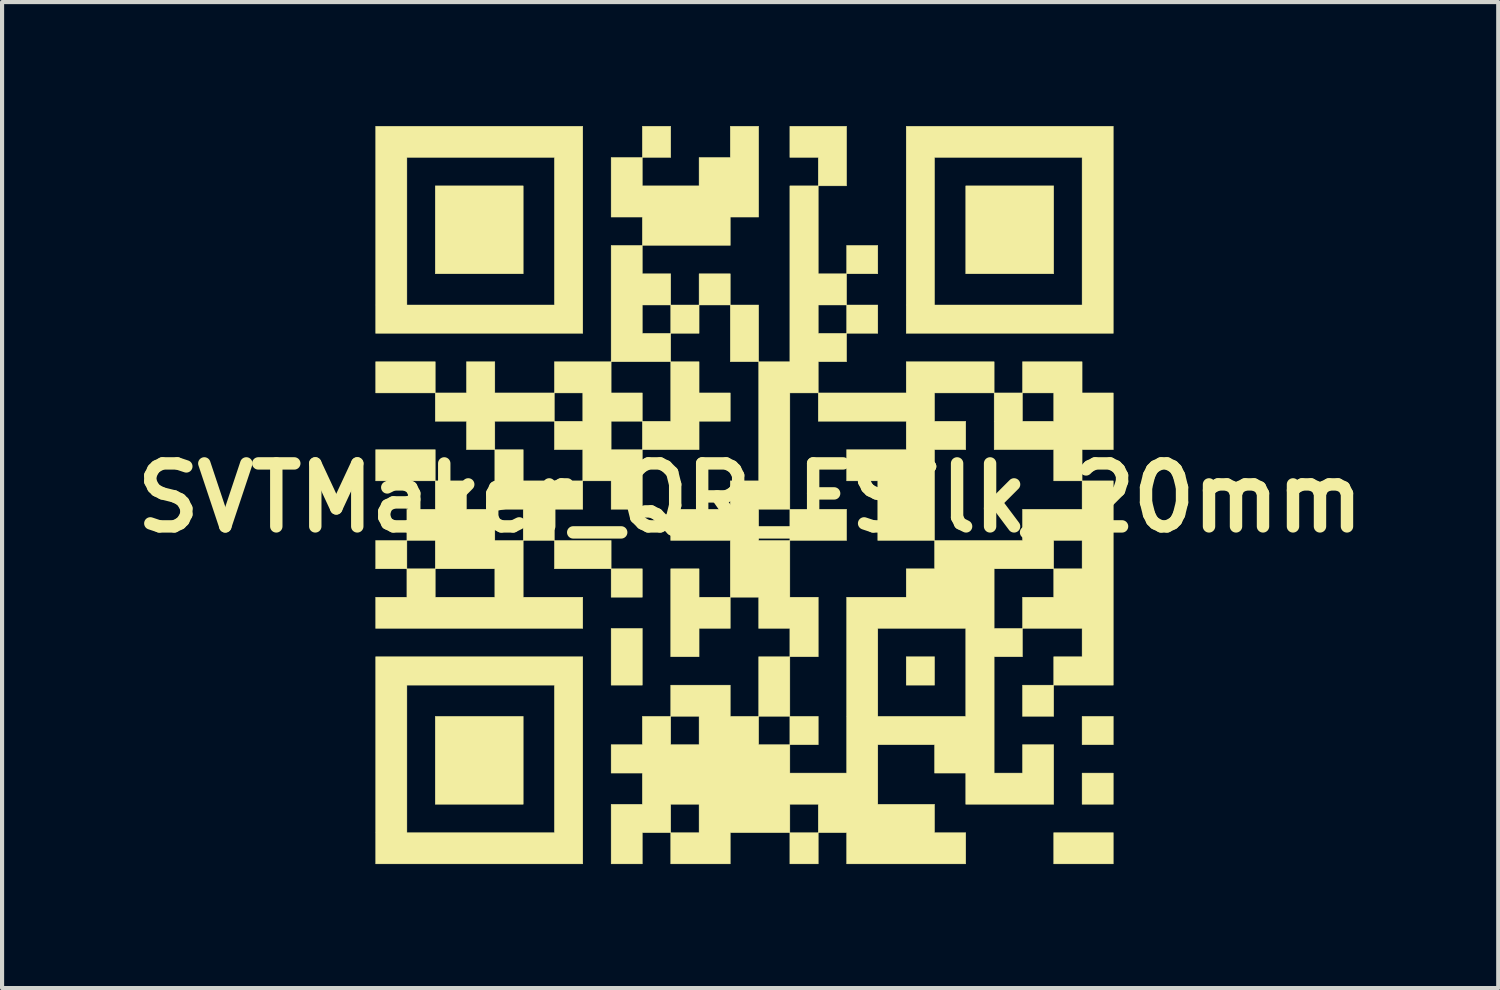
<source format=kicad_pcb>
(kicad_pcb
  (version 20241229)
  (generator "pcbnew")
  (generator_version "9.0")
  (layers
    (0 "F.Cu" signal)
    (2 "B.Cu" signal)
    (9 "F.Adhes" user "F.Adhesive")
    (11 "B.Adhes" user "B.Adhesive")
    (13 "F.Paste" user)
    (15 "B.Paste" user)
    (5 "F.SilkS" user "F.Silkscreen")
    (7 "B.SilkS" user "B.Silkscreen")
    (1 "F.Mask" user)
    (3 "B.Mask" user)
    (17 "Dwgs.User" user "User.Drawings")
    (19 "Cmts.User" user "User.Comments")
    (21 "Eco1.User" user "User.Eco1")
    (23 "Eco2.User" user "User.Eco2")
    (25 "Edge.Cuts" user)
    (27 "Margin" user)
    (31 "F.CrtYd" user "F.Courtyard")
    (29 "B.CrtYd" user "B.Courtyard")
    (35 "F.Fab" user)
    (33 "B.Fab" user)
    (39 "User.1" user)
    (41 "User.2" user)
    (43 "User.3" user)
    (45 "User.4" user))
  (footprint "SVTMaker_QR_FSilk_20mm"
    (layer "F.Cu")
    (at 15.102 8.998)
    (property "Reference" "SVTMaker_QR_FSilk_20mm" (at 0 0 0) (layer "F.SilkS") (effects (font (size 1.524 1.524) (thickness 0.3))))
    (attr through_hole)
    (fp_poly (pts (xy -7.62 -2.54) (xy -9.062 -2.54) (xy -9.062 -3.295) (xy -7.62 -3.295) (xy -7.62 -2.54)) (stroke (width 0.01) (type solid)) (fill yes) (layer "F.SilkS"))
    (fp_poly (pts (xy -7.62 -0.412) (xy -9.062 -0.412) (xy -9.062 -1.167) (xy -7.62 -1.167) (xy -7.62 -0.412)) (stroke (width 0.01) (type solid)) (fill yes) (layer "F.SilkS"))
    (fp_poly (pts (xy -5.492 -5.423) (xy -7.62 -5.423) (xy -7.62 -7.551) (xy -5.492 -7.551) (xy -5.492 -5.423)) (stroke (width 0.01) (type solid)) (fill yes) (layer "F.SilkS"))
    (fp_poly (pts (xy -5.492 7.414) (xy -7.62 7.414) (xy -7.62 5.286) (xy -5.492 5.286) (xy -5.492 7.414)) (stroke (width 0.01) (type solid)) (fill yes) (layer "F.SilkS"))
    (fp_poly (pts (xy -3.364 1.716) (xy -4.737 1.716) (xy -4.737 1.03) (xy -3.364 1.03) (xy -3.364 1.716)) (stroke (width 0.01) (type solid)) (fill yes) (layer "F.SilkS"))
    (fp_poly (pts (xy -2.609 2.403) (xy -3.364 2.403) (xy -3.364 1.716) (xy -2.609 1.716) (xy -2.609 2.403)) (stroke (width 0.01) (type solid)) (fill yes) (layer "F.SilkS"))
    (fp_poly (pts (xy -2.609 4.531) (xy -3.364 4.531) (xy -3.364 3.158) (xy -2.609 3.158) (xy -2.609 4.531)) (stroke (width 0.01) (type solid)) (fill yes) (layer "F.SilkS"))
    (fp_poly (pts (xy -1.922 -8.238) (xy -2.609 -8.238) (xy -2.609 -8.993) (xy -1.922 -8.993) (xy -1.922 -8.238)) (stroke (width 0.01) (type solid)) (fill yes) (layer "F.SilkS"))
    (fp_poly (pts (xy -0.481 -4.668) (xy -1.236 -4.668) (xy -1.236 -5.423) (xy -0.481 -5.423) (xy -0.481 -4.668)) (stroke (width 0.01) (type solid)) (fill yes) (layer "F.SilkS"))
    (fp_poly (pts (xy 0.206 -3.295) (xy -0.481 -3.295) (xy -0.481 -4.668) (xy 0.206 -4.668) (xy 0.206 -3.295)) (stroke (width 0.01) (type solid)) (fill yes) (layer "F.SilkS"))
    (fp_poly (pts (xy 1.648 5.972) (xy 0.961 5.972) (xy 0.961 5.286) (xy 1.648 5.286) (xy 1.648 5.972)) (stroke (width 0.01) (type solid)) (fill yes) (layer "F.SilkS"))
    (fp_poly (pts (xy 2.334 1.03) (xy 0.961 1.03) (xy 0.961 0.275) (xy 2.334 0.275) (xy 2.334 1.03)) (stroke (width 0.01) (type solid)) (fill yes) (layer "F.SilkS"))
    (fp_poly (pts (xy 3.089 -5.423) (xy 2.334 -5.423) (xy 2.334 -6.11) (xy 3.089 -6.11) (xy 3.089 -5.423)) (stroke (width 0.01) (type solid)) (fill yes) (layer "F.SilkS"))
    (fp_poly (pts (xy 4.462 4.531) (xy 3.776 4.531) (xy 3.776 3.844) (xy 4.462 3.844) (xy 4.462 4.531)) (stroke (width 0.01) (type solid)) (fill yes) (layer "F.SilkS"))
    (fp_poly (pts (xy 7.345 -5.423) (xy 5.217 -5.423) (xy 5.217 -7.551) (xy 7.345 -7.551) (xy 7.345 -5.423)) (stroke (width 0.01) (type solid)) (fill yes) (layer "F.SilkS"))
    (fp_poly (pts (xy 7.345 5.286) (xy 6.59 5.286) (xy 6.59 4.531) (xy 7.345 4.531) (xy 7.345 5.286)) (stroke (width 0.01) (type solid)) (fill yes) (layer "F.SilkS"))
    (fp_poly (pts (xy 8.787 5.972) (xy 8.032 5.972) (xy 8.032 5.286) (xy 8.787 5.286) (xy 8.787 5.972)) (stroke (width 0.01) (type solid)) (fill yes) (layer "F.SilkS"))
    (fp_poly (pts (xy 8.787 7.414) (xy 8.032 7.414) (xy 8.032 6.659) (xy 8.787 6.659) (xy 8.787 7.414)) (stroke (width 0.01) (type solid)) (fill yes) (layer "F.SilkS"))
    (fp_poly (pts (xy 8.787 8.856) (xy 7.345 8.856) (xy 7.345 8.101) (xy 8.787 8.101) (xy 8.787 8.856)) (stroke (width 0.01) (type solid)) (fill yes) (layer "F.SilkS"))
    (fp_poly (pts (xy 2.334 -7.551) (xy 1.648 -7.551) (xy 1.648 -8.238) (xy 0.961 -8.238) (xy 0.961 -8.993) (xy 2.334 -8.993) (xy 2.334 -7.551)) (stroke (width 0.01) (type solid)) (fill yes) (layer "F.SilkS"))
    (fp_poly (pts (xy -1.236 2.403) (xy -0.481 2.403) (xy -0.481 3.158) (xy -1.236 3.158) (xy -1.236 3.844) (xy -1.922 3.844) (xy -1.922 1.716) (xy -1.236 1.716) (xy -1.236 2.403)) (stroke (width 0.01) (type solid)) (fill yes) (layer "F.SilkS"))
    (fp_poly (pts (xy -4.05 -3.982) (xy -9.062 -3.982) (xy -9.062 -8.238) (xy -8.306 -8.238) (xy -8.306 -4.668) (xy -4.737 -4.668) (xy -4.737 -8.238) (xy -8.306 -8.238) (xy -9.062 -8.238) (xy -9.062 -8.993) (xy -4.05 -8.993) (xy -4.05 -3.982)) (stroke (width 0.01) (type solid)) (fill yes) (layer "F.SilkS"))
    (fp_poly (pts (xy -4.05 8.856) (xy -9.062 8.856) (xy -9.062 4.531) (xy -8.306 4.531) (xy -8.306 8.101) (xy -4.737 8.101) (xy -4.737 4.531) (xy -8.306 4.531) (xy -9.062 4.531) (xy -9.062 3.844) (xy -4.05 3.844) (xy -4.05 8.856)) (stroke (width 0.01) (type solid)) (fill yes) (layer "F.SilkS"))
    (fp_poly (pts (xy 8.787 -3.982) (xy 3.776 -3.982) (xy 3.776 -8.238) (xy 4.462 -8.238) (xy 4.462 -4.668) (xy 8.032 -4.668) (xy 8.032 -8.238) (xy 4.462 -8.238) (xy 3.776 -8.238) (xy 3.776 -8.993) (xy 8.787 -8.993) (xy 8.787 -3.982)) (stroke (width 0.01) (type solid)) (fill yes) (layer "F.SilkS"))
    (fp_poly (pts (xy 0.206 -6.796) (xy -0.481 -6.796) (xy -0.481 -6.11) (xy -2.609 -6.11) (xy -2.609 -6.796) (xy -3.364 -6.796) (xy -3.364 -8.238) (xy -2.609 -8.238) (xy -2.609 -7.551) (xy -1.236 -7.551) (xy -1.236 -8.238) (xy -0.481 -8.238) (xy -0.481 -8.993) (xy 0.206 -8.993) (xy 0.206 -6.796)) (stroke (width 0.01) (type solid)) (fill yes) (layer "F.SilkS"))
    (fp_poly (pts (xy -1.236 -4.668) (xy -1.236 -3.982) (xy -1.922 -3.982) (xy -1.922 -3.295) (xy -3.364 -3.295) (xy -3.364 -4.668) (xy -2.609 -4.668) (xy -2.609 -3.982) (xy -1.922 -3.982) (xy -1.922 -4.668) (xy -2.609 -4.668) (xy -3.364 -4.668) (xy -3.364 -6.11) (xy -2.609 -6.11) (xy -2.609 -5.423) (xy -1.922 -5.423) (xy -1.922 -4.668) (xy -1.236 -4.668)) (stroke (width 0.01) (type solid)) (fill yes) (layer "F.SilkS"))
    (fp_poly (pts (xy -6.178 -2.54) (xy -4.737 -2.54) (xy -4.737 -1.854) (xy -4.05 -1.854) (xy -3.364 -1.854) (xy -3.364 -1.167) (xy -2.609 -1.167) (xy -2.609 -1.854) (xy -3.364 -1.854) (xy -4.05 -1.854) (xy -4.05 -2.54) (xy -4.737 -2.54) (xy -4.737 -3.295) (xy -3.364 -3.295) (xy -3.364 -2.54) (xy -2.609 -2.54) (xy -2.609 -1.854) (xy -1.922 -1.854) (xy -1.922 -3.295) (xy -1.236 -3.295) (xy -1.236 -2.54) (xy -0.481 -2.54) (xy -0.481 -1.854) (xy -1.236 -1.854) (xy -1.236 -1.167) (xy -2.609 -1.167) (xy -2.609 0.275) (xy -3.364 0.275) (xy -3.364 -0.412) (xy -4.05 -0.412) (xy -4.05 0.275) (xy -4.737 0.275) (xy -4.737 1.03) (xy -5.492 1.03) (xy -5.492 2.403) (xy -4.05 2.403) (xy -4.05 3.158) (xy -9.062 3.158) (xy -9.062 2.403) (xy -8.306 2.403) (xy -8.306 1.716) (xy -9.062 1.716) (xy -9.062 1.03) (xy -8.306 1.03) (xy -8.306 1.716) (xy -7.62 1.716) (xy -7.62 2.403) (xy -6.178 2.403) (xy -6.178 1.716) (xy -7.62 1.716) (xy -7.62 1.03) (xy -8.306 1.03) (xy -8.306 0.275) (xy -7.62 0.275) (xy -7.62 -0.412) (xy -6.865 -0.412) (xy -6.865 0.275) (xy -6.178 0.275) (xy -6.178 1.03) (xy -5.492 1.03) (xy -5.492 0.275) (xy -6.178 0.275) (xy -6.178 -1.167) (xy -6.865 -1.167) (xy -6.865 -1.854) (xy -6.178 -1.854) (xy -6.178 -1.167) (xy -5.492 -1.167) (xy -5.492 -0.412) (xy -4.05 -0.412) (xy -4.05 -1.167) (xy -4.737 -1.167) (xy -4.737 -1.854) (xy -6.178 -1.854) (xy -6.865 -1.854) (xy -7.62 -1.854) (xy -7.62 -2.54) (xy -6.865 -2.54) (xy -6.865 -3.295) (xy -6.178 -3.295) (xy -6.178 -2.54)) (stroke (width 0.01) (type solid)) (fill yes) (layer "F.SilkS"))
    (fp_poly (pts (xy 3.089 -4.668) (xy 3.089 -3.982) (xy 2.334 -3.982) (xy 2.334 -3.295) (xy 1.648 -3.295) (xy 1.648 -2.54) (xy 3.776 -2.54) (xy 4.462 -2.54) (xy 4.462 -1.854) (xy 5.217 -1.854) (xy 5.217 -1.167) (xy 4.462 -1.167) (xy 4.462 1.03) (xy 6.59 1.03) (xy 7.345 1.03) (xy 7.345 1.716) (xy 8.032 1.716) (xy 8.032 1.03) (xy 7.345 1.03) (xy 6.59 1.03) (xy 6.59 0.275) (xy 8.032 0.275) (xy 8.032 -0.412) (xy 7.345 -0.412) (xy 7.345 -1.167) (xy 5.904 -1.167) (xy 5.904 -2.54) (xy 4.462 -2.54) (xy 3.776 -2.54) (xy 3.776 -3.295) (xy 5.904 -3.295) (xy 5.904 -2.54) (xy 6.59 -2.54) (xy 6.59 -1.854) (xy 7.345 -1.854) (xy 7.345 -2.54) (xy 6.59 -2.54) (xy 6.59 -3.295) (xy 8.032 -3.295) (xy 8.032 -2.54) (xy 8.787 -2.54) (xy 8.787 -1.167) (xy 8.032 -1.167) (xy 8.032 -0.412) (xy 8.787 -0.412) (xy 8.787 4.531) (xy 7.345 4.531) (xy 7.345 3.844) (xy 8.032 3.844) (xy 8.032 3.158) (xy 6.59 3.158) (xy 6.59 3.844) (xy 5.904 3.844) (xy 5.904 6.659) (xy 6.59 6.659) (xy 6.59 5.972) (xy 7.345 5.972) (xy 7.345 7.414) (xy 5.217 7.414) (xy 5.217 6.659) (xy 4.462 6.659) (xy 4.462 5.972) (xy 3.089 5.972) (xy 3.089 7.414) (xy 4.462 7.414) (xy 4.462 8.101) (xy 5.217 8.101) (xy 5.217 8.856) (xy 2.334 8.856) (xy 2.334 8.101) (xy 1.648 8.101) (xy 1.648 8.856) (xy 0.961 8.856) (xy 0.961 8.101) (xy -0.481 8.101) (xy -0.481 8.856) (xy -1.922 8.856) (xy -1.922 8.101) (xy -2.609 8.101) (xy -2.609 8.856) (xy -3.364 8.856) (xy -3.364 7.414) (xy -2.609 7.414) (xy -1.922 7.414) (xy -1.922 8.101) (xy -1.236 8.101) (xy -1.236 7.414) (xy 0.961 7.414) (xy 0.961 8.101) (xy 1.648 8.101) (xy 1.648 7.414) (xy 0.961 7.414) (xy -1.236 7.414) (xy -1.922 7.414) (xy -2.609 7.414) (xy -2.609 6.659) (xy -3.364 6.659) (xy -3.364 5.972) (xy -2.609 5.972) (xy -2.609 5.286) (xy -1.922 5.286) (xy -1.922 5.972) (xy -1.236 5.972) (xy -1.236 5.286) (xy -1.922 5.286) (xy -1.922 4.531) (xy -0.481 4.531) (xy -0.481 5.286) (xy 0.206 5.286) (xy 0.206 3.844) (xy 0.961 3.844) (xy 0.961 3.158) (xy 0.206 3.158) (xy 0.206 2.403) (xy -0.481 2.403) (xy -0.481 1.03) (xy -1.922 1.03) (xy -1.922 0.275) (xy -0.481 0.275) (xy 0.206 0.275) (xy 0.206 1.03) (xy 0.961 1.03) (xy 0.961 2.403) (xy 1.648 2.403) (xy 1.648 3.844) (xy 0.961 3.844) (xy 0.961 5.286) (xy 0.206 5.286) (xy 0.206 5.972) (xy 0.961 5.972) (xy 0.961 6.659) (xy 2.334 6.659) (xy 2.334 3.158) (xy 3.089 3.158) (xy 3.089 5.286) (xy 5.217 5.286) (xy 5.217 3.158) (xy 3.089 3.158) (xy 2.334 3.158) (xy 2.334 2.403) (xy 3.776 2.403) (xy 3.776 1.716) (xy 4.462 1.716) (xy 5.904 1.716) (xy 5.904 3.158) (xy 6.59 3.158) (xy 6.59 2.403) (xy 7.345 2.403) (xy 7.345 1.716) (xy 5.904 1.716) (xy 4.462 1.716) (xy 4.462 1.03) (xy 3.089 1.03) (xy 3.089 -0.412) (xy 2.334 -0.412) (xy 2.334 -1.167) (xy 3.776 -1.167) (xy 3.776 -1.854) (xy 1.648 -1.854) (xy 1.648 -2.54) (xy 0.961 -2.54) (xy 0.961 0.275) (xy 0.206 0.275) (xy -0.481 0.275) (xy -0.481 -0.412) (xy 0.206 -0.412) (xy 0.206 -3.295) (xy 0.961 -3.295) (xy 0.961 -4.668) (xy 1.648 -4.668) (xy 1.648 -3.982) (xy 2.334 -3.982) (xy 2.334 -4.668) (xy 1.648 -4.668) (xy 0.961 -4.668) (xy 0.961 -7.551) (xy 1.648 -7.551) (xy 1.648 -5.423) (xy 2.334 -5.423) (xy 2.334 -4.668) (xy 3.089 -4.668)) (stroke (width 0.01) (type solid)) (fill yes) (layer "F.SilkS")))
  (gr_rect
    (start -3 -3)
    (end 33.204 20.859)
    (stroke (width 0.1) (type default))
    (fill no)
    (layer "Edge.Cuts")))
</source>
